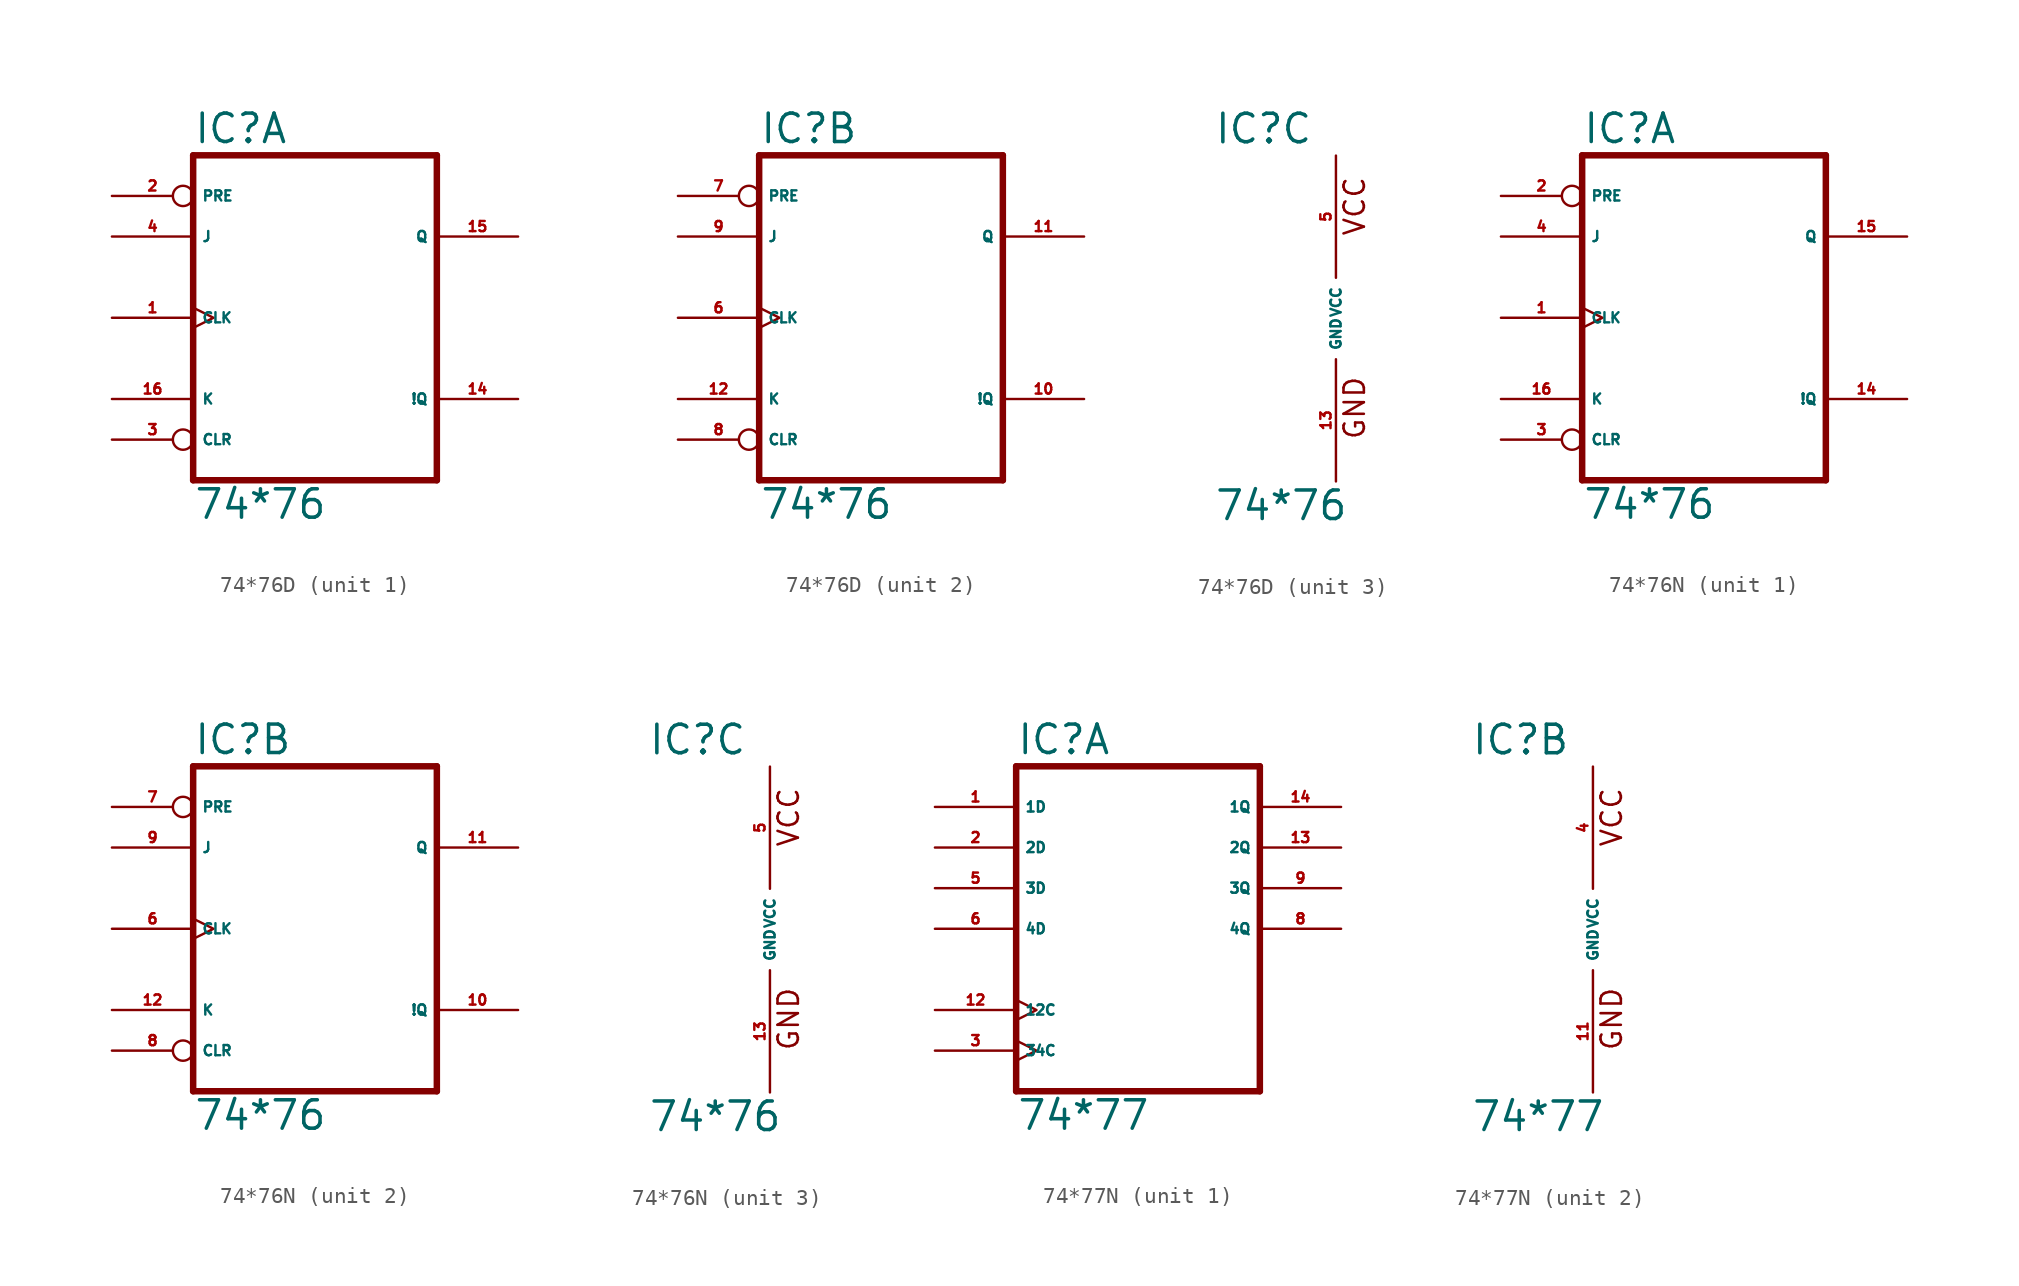
<source format=kicad_sym>
(kicad_symbol_lib
  (version 20220914)
  (generator Eagle2Kicad)
  (symbol "74*76D"
    (property "Reference" "IC"
      (at -7.62 10.795 0)
      (effects (font (size 1.778 1.778) (thickness 0.22)) (justify left bottom)))
    (property "Value" "74*76"
      (at -7.62 -12.7 0)
      (effects (font (size 1.778 1.778) (thickness 0.22)) (justify left bottom)))
    (symbol "74*76D_1_0"
      (polyline (pts (xy -7.62 -10.16) (xy 7.62 -10.16)) (stroke (width 0.406) (type default)) (fill (type none)))
      (polyline (pts (xy 7.62 -10.16) (xy 7.62 10.16)) (stroke (width 0.406) (type default)) (fill (type none)))
      (polyline (pts (xy 7.62 10.16) (xy -7.62 10.16)) (stroke (width 0.406) (type default)) (fill (type none)))
      (polyline (pts (xy -7.62 10.16) (xy -7.62 -10.16)) (stroke (width 0.406) (type default)) (fill (type none)))
      (pin input clock (at -12.7 0 0) (length 5.08) (name "CLK" (effects (font (size 0.635 0.635) (thickness 0.08)) (justify left bottom))) (number "1" (effects (font (size 0.635 0.635) (thickness 0.08)) (justify left bottom))))
      (pin input inverted (at -12.7 7.62 0) (length 5.08) (name "PRE" (effects (font (size 0.635 0.635) (thickness 0.08)) (justify left bottom))) (number "2" (effects (font (size 0.635 0.635) (thickness 0.08)) (justify left bottom))))
      (pin input inverted (at -12.7 -7.62 0) (length 5.08) (name "CLR" (effects (font (size 0.635 0.635) (thickness 0.08)) (justify left bottom))) (number "3" (effects (font (size 0.635 0.635) (thickness 0.08)) (justify left bottom))))
      (pin input line (at -12.7 5.08 0) (length 5.08) (name "J" (effects (font (size 0.635 0.635) (thickness 0.08)) (justify left bottom))) (number "4" (effects (font (size 0.635 0.635) (thickness 0.08)) (justify left bottom))))
      (pin output line (at 12.7 -5.08 180) (length 5.08) (name "!Q" (effects (font (size 0.635 0.635) (thickness 0.08)) (justify left bottom))) (number "14" (effects (font (size 0.635 0.635) (thickness 0.08)) (justify left bottom))))
      (pin output line (at 12.7 5.08 180) (length 5.08) (name "Q" (effects (font (size 0.635 0.635) (thickness 0.08)) (justify left bottom))) (number "15" (effects (font (size 0.635 0.635) (thickness 0.08)) (justify left bottom))))
      (pin input line (at -12.7 -5.08 0) (length 5.08) (name "K" (effects (font (size 0.635 0.635) (thickness 0.08)) (justify left bottom))) (number "16" (effects (font (size 0.635 0.635) (thickness 0.08)) (justify left bottom)))))
    (symbol "74*76D_2_0"
      (polyline (pts (xy -7.62 -10.16) (xy 7.62 -10.16)) (stroke (width 0.406) (type default)) (fill (type none)))
      (polyline (pts (xy 7.62 -10.16) (xy 7.62 10.16)) (stroke (width 0.406) (type default)) (fill (type none)))
      (polyline (pts (xy 7.62 10.16) (xy -7.62 10.16)) (stroke (width 0.406) (type default)) (fill (type none)))
      (polyline (pts (xy -7.62 10.16) (xy -7.62 -10.16)) (stroke (width 0.406) (type default)) (fill (type none)))
      (pin input clock (at -12.7 0 0) (length 5.08) (name "CLK" (effects (font (size 0.635 0.635) (thickness 0.08)) (justify left bottom))) (number "6" (effects (font (size 0.635 0.635) (thickness 0.08)) (justify left bottom))))
      (pin input inverted (at -12.7 7.62 0) (length 5.08) (name "PRE" (effects (font (size 0.635 0.635) (thickness 0.08)) (justify left bottom))) (number "7" (effects (font (size 0.635 0.635) (thickness 0.08)) (justify left bottom))))
      (pin input inverted (at -12.7 -7.62 0) (length 5.08) (name "CLR" (effects (font (size 0.635 0.635) (thickness 0.08)) (justify left bottom))) (number "8" (effects (font (size 0.635 0.635) (thickness 0.08)) (justify left bottom))))
      (pin input line (at -12.7 5.08 0) (length 5.08) (name "J" (effects (font (size 0.635 0.635) (thickness 0.08)) (justify left bottom))) (number "9" (effects (font (size 0.635 0.635) (thickness 0.08)) (justify left bottom))))
      (pin output line (at 12.7 -5.08 180) (length 5.08) (name "!Q" (effects (font (size 0.635 0.635) (thickness 0.08)) (justify left bottom))) (number "10" (effects (font (size 0.635 0.635) (thickness 0.08)) (justify left bottom))))
      (pin output line (at 12.7 5.08 180) (length 5.08) (name "Q" (effects (font (size 0.635 0.635) (thickness 0.08)) (justify left bottom))) (number "11" (effects (font (size 0.635 0.635) (thickness 0.08)) (justify left bottom))))
      (pin input line (at -12.7 -5.08 0) (length 5.08) (name "K" (effects (font (size 0.635 0.635) (thickness 0.08)) (justify left bottom))) (number "12" (effects (font (size 0.635 0.635) (thickness 0.08)) (justify left bottom)))))
    (symbol "74*76D_3_0"
      (text "GND" (at 1.905 -7.62 900) (effects (font (size 1.27 1.27) (thickness 0.16)) (justify left bottom)))
      (text "VCC" (at 1.905 5.08 900) (effects (font (size 1.27 1.27) (thickness 0.16)) (justify left bottom)))
      (pin unspecified line (at 0 -10.16 90) (length 7.62) (name "GND" (effects (font (size 0.635 0.635) (thickness 0.08)) (justify left bottom))) (number "13" (effects (font (size 0.635 0.635) (thickness 0.08)) (justify left bottom))))
      (pin unspecified line (at 0 10.16 270) (length 7.62) (name "VCC" (effects (font (size 0.635 0.635) (thickness 0.08)) (justify left bottom))) (number "5" (effects (font (size 0.635 0.635) (thickness 0.08)) (justify left bottom))))))
  (symbol "74*76N"
    (property "Reference" "IC"
      (at -7.62 10.795 0)
      (effects (font (size 1.778 1.778) (thickness 0.22)) (justify left bottom)))
    (property "Value" "74*76"
      (at -7.62 -12.7 0)
      (effects (font (size 1.778 1.778) (thickness 0.22)) (justify left bottom)))
    (symbol "74*76N_1_0"
      (polyline (pts (xy -7.62 -10.16) (xy 7.62 -10.16)) (stroke (width 0.406) (type default)) (fill (type none)))
      (polyline (pts (xy 7.62 -10.16) (xy 7.62 10.16)) (stroke (width 0.406) (type default)) (fill (type none)))
      (polyline (pts (xy 7.62 10.16) (xy -7.62 10.16)) (stroke (width 0.406) (type default)) (fill (type none)))
      (polyline (pts (xy -7.62 10.16) (xy -7.62 -10.16)) (stroke (width 0.406) (type default)) (fill (type none)))
      (pin input clock (at -12.7 0 0) (length 5.08) (name "CLK" (effects (font (size 0.635 0.635) (thickness 0.08)) (justify left bottom))) (number "1" (effects (font (size 0.635 0.635) (thickness 0.08)) (justify left bottom))))
      (pin input inverted (at -12.7 7.62 0) (length 5.08) (name "PRE" (effects (font (size 0.635 0.635) (thickness 0.08)) (justify left bottom))) (number "2" (effects (font (size 0.635 0.635) (thickness 0.08)) (justify left bottom))))
      (pin input inverted (at -12.7 -7.62 0) (length 5.08) (name "CLR" (effects (font (size 0.635 0.635) (thickness 0.08)) (justify left bottom))) (number "3" (effects (font (size 0.635 0.635) (thickness 0.08)) (justify left bottom))))
      (pin input line (at -12.7 5.08 0) (length 5.08) (name "J" (effects (font (size 0.635 0.635) (thickness 0.08)) (justify left bottom))) (number "4" (effects (font (size 0.635 0.635) (thickness 0.08)) (justify left bottom))))
      (pin output line (at 12.7 -5.08 180) (length 5.08) (name "!Q" (effects (font (size 0.635 0.635) (thickness 0.08)) (justify left bottom))) (number "14" (effects (font (size 0.635 0.635) (thickness 0.08)) (justify left bottom))))
      (pin output line (at 12.7 5.08 180) (length 5.08) (name "Q" (effects (font (size 0.635 0.635) (thickness 0.08)) (justify left bottom))) (number "15" (effects (font (size 0.635 0.635) (thickness 0.08)) (justify left bottom))))
      (pin input line (at -12.7 -5.08 0) (length 5.08) (name "K" (effects (font (size 0.635 0.635) (thickness 0.08)) (justify left bottom))) (number "16" (effects (font (size 0.635 0.635) (thickness 0.08)) (justify left bottom)))))
    (symbol "74*76N_2_0"
      (polyline (pts (xy -7.62 -10.16) (xy 7.62 -10.16)) (stroke (width 0.406) (type default)) (fill (type none)))
      (polyline (pts (xy 7.62 -10.16) (xy 7.62 10.16)) (stroke (width 0.406) (type default)) (fill (type none)))
      (polyline (pts (xy 7.62 10.16) (xy -7.62 10.16)) (stroke (width 0.406) (type default)) (fill (type none)))
      (polyline (pts (xy -7.62 10.16) (xy -7.62 -10.16)) (stroke (width 0.406) (type default)) (fill (type none)))
      (pin input clock (at -12.7 0 0) (length 5.08) (name "CLK" (effects (font (size 0.635 0.635) (thickness 0.08)) (justify left bottom))) (number "6" (effects (font (size 0.635 0.635) (thickness 0.08)) (justify left bottom))))
      (pin input inverted (at -12.7 7.62 0) (length 5.08) (name "PRE" (effects (font (size 0.635 0.635) (thickness 0.08)) (justify left bottom))) (number "7" (effects (font (size 0.635 0.635) (thickness 0.08)) (justify left bottom))))
      (pin input inverted (at -12.7 -7.62 0) (length 5.08) (name "CLR" (effects (font (size 0.635 0.635) (thickness 0.08)) (justify left bottom))) (number "8" (effects (font (size 0.635 0.635) (thickness 0.08)) (justify left bottom))))
      (pin input line (at -12.7 5.08 0) (length 5.08) (name "J" (effects (font (size 0.635 0.635) (thickness 0.08)) (justify left bottom))) (number "9" (effects (font (size 0.635 0.635) (thickness 0.08)) (justify left bottom))))
      (pin output line (at 12.7 -5.08 180) (length 5.08) (name "!Q" (effects (font (size 0.635 0.635) (thickness 0.08)) (justify left bottom))) (number "10" (effects (font (size 0.635 0.635) (thickness 0.08)) (justify left bottom))))
      (pin output line (at 12.7 5.08 180) (length 5.08) (name "Q" (effects (font (size 0.635 0.635) (thickness 0.08)) (justify left bottom))) (number "11" (effects (font (size 0.635 0.635) (thickness 0.08)) (justify left bottom))))
      (pin input line (at -12.7 -5.08 0) (length 5.08) (name "K" (effects (font (size 0.635 0.635) (thickness 0.08)) (justify left bottom))) (number "12" (effects (font (size 0.635 0.635) (thickness 0.08)) (justify left bottom)))))
    (symbol "74*76N_3_0"
      (text "GND" (at 1.905 -7.62 900) (effects (font (size 1.27 1.27) (thickness 0.16)) (justify left bottom)))
      (text "VCC" (at 1.905 5.08 900) (effects (font (size 1.27 1.27) (thickness 0.16)) (justify left bottom)))
      (pin unspecified line (at 0 -10.16 90) (length 7.62) (name "GND" (effects (font (size 0.635 0.635) (thickness 0.08)) (justify left bottom))) (number "13" (effects (font (size 0.635 0.635) (thickness 0.08)) (justify left bottom))))
      (pin unspecified line (at 0 10.16 270) (length 7.62) (name "VCC" (effects (font (size 0.635 0.635) (thickness 0.08)) (justify left bottom))) (number "5" (effects (font (size 0.635 0.635) (thickness 0.08)) (justify left bottom))))))
  (symbol "74*77N"
    (property "Reference" "IC"
      (at -7.62 10.795 0)
      (effects (font (size 1.778 1.778) (thickness 0.22)) (justify left bottom)))
    (property "Value" "74*77"
      (at -7.62 -12.7 0)
      (effects (font (size 1.778 1.778) (thickness 0.22)) (justify left bottom)))
    (symbol "74*77N_1_0"
      (polyline (pts (xy -7.62 -10.16) (xy 7.62 -10.16)) (stroke (width 0.406) (type default)) (fill (type none)))
      (polyline (pts (xy 7.62 -10.16) (xy 7.62 10.16)) (stroke (width 0.406) (type default)) (fill (type none)))
      (polyline (pts (xy 7.62 10.16) (xy -7.62 10.16)) (stroke (width 0.406) (type default)) (fill (type none)))
      (polyline (pts (xy -7.62 10.16) (xy -7.62 -10.16)) (stroke (width 0.406) (type default)) (fill (type none)))
      (pin input line (at -12.7 7.62 0) (length 5.08) (name "1D" (effects (font (size 0.635 0.635) (thickness 0.08)) (justify left bottom))) (number "1" (effects (font (size 0.635 0.635) (thickness 0.08)) (justify left bottom))))
      (pin input line (at -12.7 5.08 0) (length 5.08) (name "2D" (effects (font (size 0.635 0.635) (thickness 0.08)) (justify left bottom))) (number "2" (effects (font (size 0.635 0.635) (thickness 0.08)) (justify left bottom))))
      (pin input clock (at -12.7 -7.62 0) (length 5.08) (name "34C" (effects (font (size 0.635 0.635) (thickness 0.08)) (justify left bottom))) (number "3" (effects (font (size 0.635 0.635) (thickness 0.08)) (justify left bottom))))
      (pin input line (at -12.7 2.54 0) (length 5.08) (name "3D" (effects (font (size 0.635 0.635) (thickness 0.08)) (justify left bottom))) (number "5" (effects (font (size 0.635 0.635) (thickness 0.08)) (justify left bottom))))
      (pin input line (at -12.7 0 0) (length 5.08) (name "4D" (effects (font (size 0.635 0.635) (thickness 0.08)) (justify left bottom))) (number "6" (effects (font (size 0.635 0.635) (thickness 0.08)) (justify left bottom))))
      (pin output line (at 12.7 0 180) (length 5.08) (name "4Q" (effects (font (size 0.635 0.635) (thickness 0.08)) (justify left bottom))) (number "8" (effects (font (size 0.635 0.635) (thickness 0.08)) (justify left bottom))))
      (pin output line (at 12.7 2.54 180) (length 5.08) (name "3Q" (effects (font (size 0.635 0.635) (thickness 0.08)) (justify left bottom))) (number "9" (effects (font (size 0.635 0.635) (thickness 0.08)) (justify left bottom))))
      (pin input clock (at -12.7 -5.08 0) (length 5.08) (name "12C" (effects (font (size 0.635 0.635) (thickness 0.08)) (justify left bottom))) (number "12" (effects (font (size 0.635 0.635) (thickness 0.08)) (justify left bottom))))
      (pin output line (at 12.7 5.08 180) (length 5.08) (name "2Q" (effects (font (size 0.635 0.635) (thickness 0.08)) (justify left bottom))) (number "13" (effects (font (size 0.635 0.635) (thickness 0.08)) (justify left bottom))))
      (pin output line (at 12.7 7.62 180) (length 5.08) (name "1Q" (effects (font (size 0.635 0.635) (thickness 0.08)) (justify left bottom))) (number "14" (effects (font (size 0.635 0.635) (thickness 0.08)) (justify left bottom)))))
    (symbol "74*77N_2_0"
      (text "GND" (at 1.905 -7.62 900) (effects (font (size 1.27 1.27) (thickness 0.16)) (justify left bottom)))
      (text "VCC" (at 1.905 5.08 900) (effects (font (size 1.27 1.27) (thickness 0.16)) (justify left bottom)))
      (pin unspecified line (at 0 -10.16 90) (length 7.62) (name "GND" (effects (font (size 0.635 0.635) (thickness 0.08)) (justify left bottom))) (number "11" (effects (font (size 0.635 0.635) (thickness 0.08)) (justify left bottom))))
      (pin unspecified line (at 0 10.16 270) (length 7.62) (name "VCC" (effects (font (size 0.635 0.635) (thickness 0.08)) (justify left bottom))) (number "4" (effects (font (size 0.635 0.635) (thickness 0.08)) (justify left bottom)))))))
</source>
